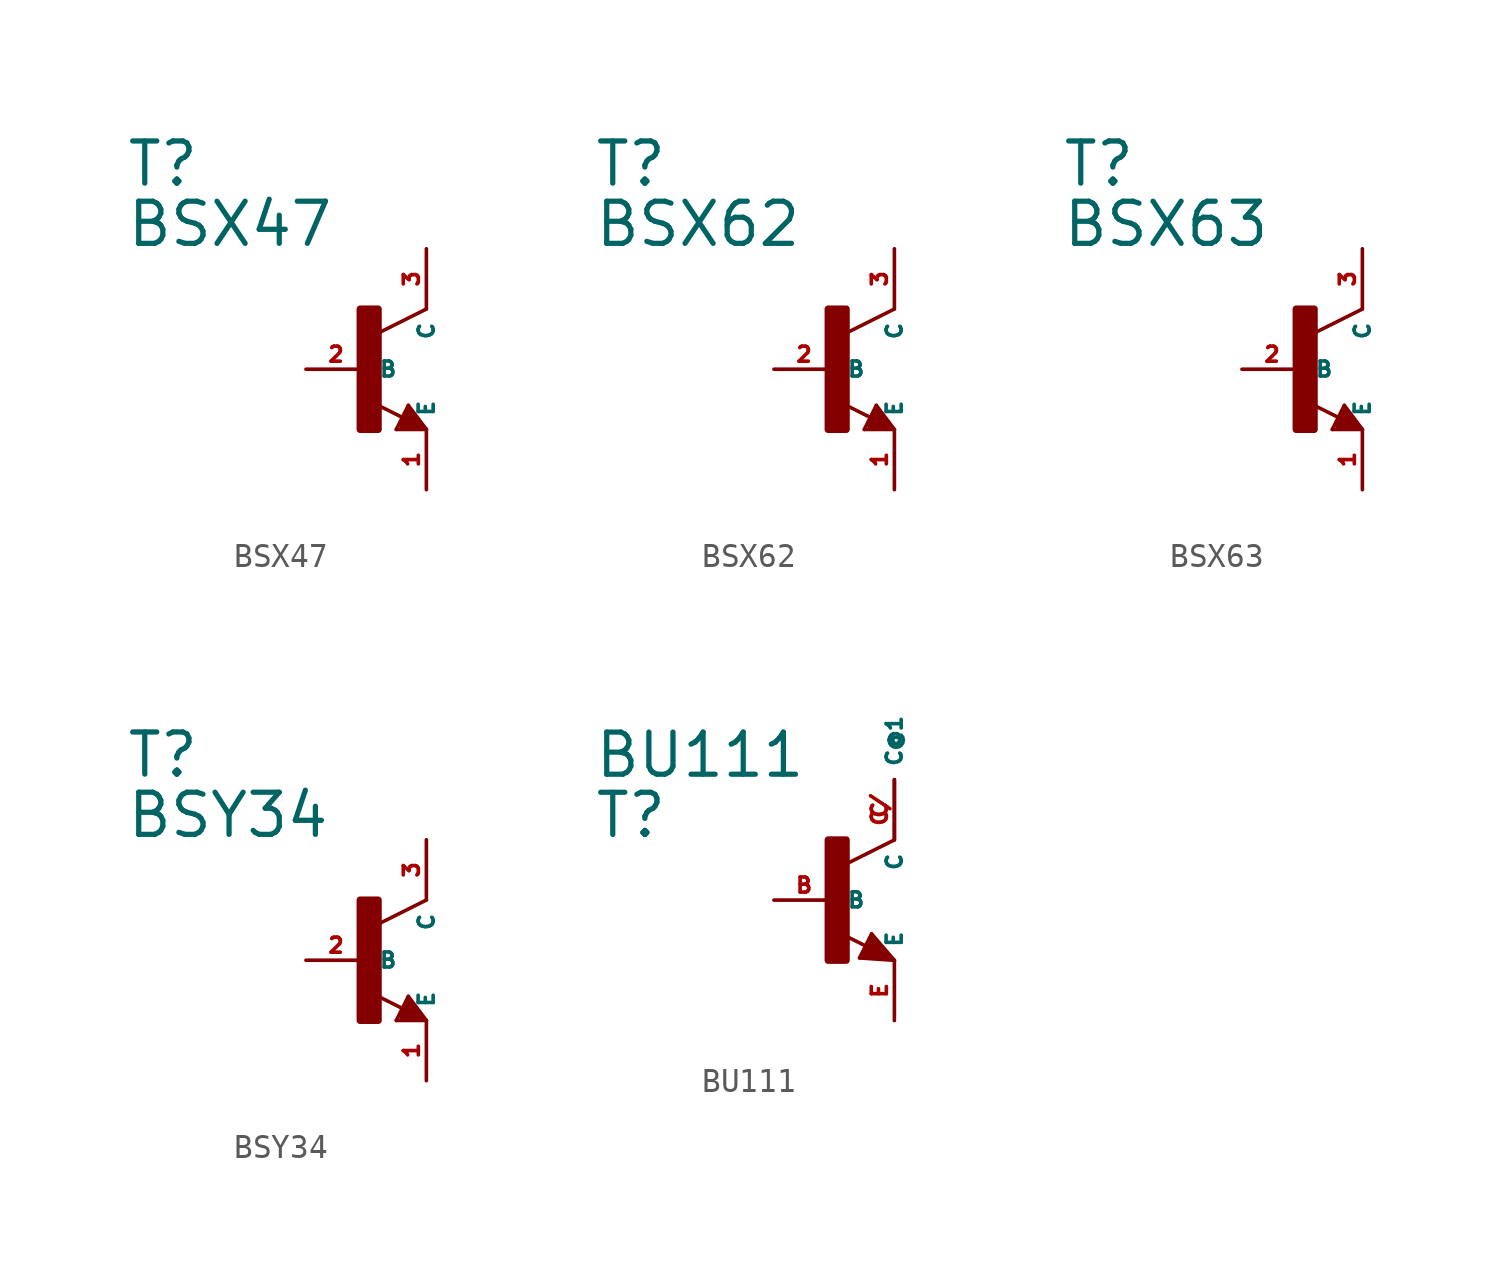
<source format=kicad_sym>
(kicad_symbol_lib
  (version 20220914)
  (generator Eagle2Kicad)
  (symbol "BSX47"
    (property "Reference" "T"
      (at -10.16 7.62 0)
      (effects (font (size 1.778 1.778) (thickness 0.22)) (justify left bottom)))
    (property "Value" "BSX47"
      (at -10.16 5.08 0)
      (effects (font (size 1.778 1.778) (thickness 0.22)) (justify left bottom)))
    (polyline
      (pts (xy 2.54 2.54) (xy 0.508 1.524))
      (stroke (width 0.152) (type default))
      (fill (type none)))
    (polyline
      (pts (xy 1.778 -1.524) (xy 2.54 -2.54))
      (stroke (width 0.152) (type default))
      (fill (type none)))
    (polyline
      (pts (xy 2.54 -2.54) (xy 1.27 -2.54))
      (stroke (width 0.152) (type default))
      (fill (type none)))
    (polyline
      (pts (xy 1.27 -2.54) (xy 1.778 -1.524))
      (stroke (width 0.152) (type default))
      (fill (type none)))
    (polyline
      (pts (xy 1.54 -2.04) (xy 0.308 -1.424))
      (stroke (width 0.152) (type default))
      (fill (type none)))
    (polyline
      (pts (xy 1.524 -2.413) (xy 2.286 -2.413))
      (stroke (width 0.254) (type default))
      (fill (type none)))
    (polyline
      (pts (xy 2.286 -2.413) (xy 1.778 -1.778))
      (stroke (width 0.254) (type default))
      (fill (type none)))
    (polyline
      (pts (xy 1.778 -1.778) (xy 1.524 -2.286))
      (stroke (width 0.254) (type default))
      (fill (type none)))
    (polyline
      (pts (xy 1.524 -2.286) (xy 1.905 -2.286))
      (stroke (width 0.254) (type default))
      (fill (type none)))
    (polyline
      (pts (xy 1.905 -2.286) (xy 1.778 -2.032))
      (stroke (width 0.254) (type default))
      (fill (type none)))
    (rectangle
      (start -0.254 -2.54)
      (end 0.508 2.54)
      (stroke (width 0.3) (type default))
      (fill (type outline)))
    (pin passive line
      (at -2.54 0 0)
      (length 2.54)
      (name "B" (effects (font (size 0.635 0.635) (thickness 0.08)) (justify left bottom)))
      (number "2" (effects (font (size 0.635 0.635) (thickness 0.08)) (justify left bottom))))
    (pin passive line
      (at 2.54 -5.08 90)
      (length 2.54)
      (name "E" (effects (font (size 0.635 0.635) (thickness 0.08)) (justify left bottom)))
      (number "1" (effects (font (size 0.635 0.635) (thickness 0.08)) (justify left bottom))))
    (pin passive line
      (at 2.54 5.08 270)
      (length 2.54)
      (name "C" (effects (font (size 0.635 0.635) (thickness 0.08)) (justify left bottom)))
      (number "3" (effects (font (size 0.635 0.635) (thickness 0.08)) (justify left bottom)))))
  (symbol "BSX62"
    (property "Reference" "T"
      (at -10.16 7.62 0)
      (effects (font (size 1.778 1.778) (thickness 0.22)) (justify left bottom)))
    (property "Value" "BSX62"
      (at -10.16 5.08 0)
      (effects (font (size 1.778 1.778) (thickness 0.22)) (justify left bottom)))
    (polyline
      (pts (xy 2.54 2.54) (xy 0.508 1.524))
      (stroke (width 0.152) (type default))
      (fill (type none)))
    (polyline
      (pts (xy 1.778 -1.524) (xy 2.54 -2.54))
      (stroke (width 0.152) (type default))
      (fill (type none)))
    (polyline
      (pts (xy 2.54 -2.54) (xy 1.27 -2.54))
      (stroke (width 0.152) (type default))
      (fill (type none)))
    (polyline
      (pts (xy 1.27 -2.54) (xy 1.778 -1.524))
      (stroke (width 0.152) (type default))
      (fill (type none)))
    (polyline
      (pts (xy 1.54 -2.04) (xy 0.308 -1.424))
      (stroke (width 0.152) (type default))
      (fill (type none)))
    (polyline
      (pts (xy 1.524 -2.413) (xy 2.286 -2.413))
      (stroke (width 0.254) (type default))
      (fill (type none)))
    (polyline
      (pts (xy 2.286 -2.413) (xy 1.778 -1.778))
      (stroke (width 0.254) (type default))
      (fill (type none)))
    (polyline
      (pts (xy 1.778 -1.778) (xy 1.524 -2.286))
      (stroke (width 0.254) (type default))
      (fill (type none)))
    (polyline
      (pts (xy 1.524 -2.286) (xy 1.905 -2.286))
      (stroke (width 0.254) (type default))
      (fill (type none)))
    (polyline
      (pts (xy 1.905 -2.286) (xy 1.778 -2.032))
      (stroke (width 0.254) (type default))
      (fill (type none)))
    (rectangle
      (start -0.254 -2.54)
      (end 0.508 2.54)
      (stroke (width 0.3) (type default))
      (fill (type outline)))
    (pin passive line
      (at -2.54 0 0)
      (length 2.54)
      (name "B" (effects (font (size 0.635 0.635) (thickness 0.08)) (justify left bottom)))
      (number "2" (effects (font (size 0.635 0.635) (thickness 0.08)) (justify left bottom))))
    (pin passive line
      (at 2.54 -5.08 90)
      (length 2.54)
      (name "E" (effects (font (size 0.635 0.635) (thickness 0.08)) (justify left bottom)))
      (number "1" (effects (font (size 0.635 0.635) (thickness 0.08)) (justify left bottom))))
    (pin passive line
      (at 2.54 5.08 270)
      (length 2.54)
      (name "C" (effects (font (size 0.635 0.635) (thickness 0.08)) (justify left bottom)))
      (number "3" (effects (font (size 0.635 0.635) (thickness 0.08)) (justify left bottom)))))
  (symbol "BSX63"
    (property "Reference" "T"
      (at -10.16 7.62 0)
      (effects (font (size 1.778 1.778) (thickness 0.22)) (justify left bottom)))
    (property "Value" "BSX63"
      (at -10.16 5.08 0)
      (effects (font (size 1.778 1.778) (thickness 0.22)) (justify left bottom)))
    (polyline
      (pts (xy 2.54 2.54) (xy 0.508 1.524))
      (stroke (width 0.152) (type default))
      (fill (type none)))
    (polyline
      (pts (xy 1.778 -1.524) (xy 2.54 -2.54))
      (stroke (width 0.152) (type default))
      (fill (type none)))
    (polyline
      (pts (xy 2.54 -2.54) (xy 1.27 -2.54))
      (stroke (width 0.152) (type default))
      (fill (type none)))
    (polyline
      (pts (xy 1.27 -2.54) (xy 1.778 -1.524))
      (stroke (width 0.152) (type default))
      (fill (type none)))
    (polyline
      (pts (xy 1.54 -2.04) (xy 0.308 -1.424))
      (stroke (width 0.152) (type default))
      (fill (type none)))
    (polyline
      (pts (xy 1.524 -2.413) (xy 2.286 -2.413))
      (stroke (width 0.254) (type default))
      (fill (type none)))
    (polyline
      (pts (xy 2.286 -2.413) (xy 1.778 -1.778))
      (stroke (width 0.254) (type default))
      (fill (type none)))
    (polyline
      (pts (xy 1.778 -1.778) (xy 1.524 -2.286))
      (stroke (width 0.254) (type default))
      (fill (type none)))
    (polyline
      (pts (xy 1.524 -2.286) (xy 1.905 -2.286))
      (stroke (width 0.254) (type default))
      (fill (type none)))
    (polyline
      (pts (xy 1.905 -2.286) (xy 1.778 -2.032))
      (stroke (width 0.254) (type default))
      (fill (type none)))
    (rectangle
      (start -0.254 -2.54)
      (end 0.508 2.54)
      (stroke (width 0.3) (type default))
      (fill (type outline)))
    (pin passive line
      (at -2.54 0 0)
      (length 2.54)
      (name "B" (effects (font (size 0.635 0.635) (thickness 0.08)) (justify left bottom)))
      (number "2" (effects (font (size 0.635 0.635) (thickness 0.08)) (justify left bottom))))
    (pin passive line
      (at 2.54 -5.08 90)
      (length 2.54)
      (name "E" (effects (font (size 0.635 0.635) (thickness 0.08)) (justify left bottom)))
      (number "1" (effects (font (size 0.635 0.635) (thickness 0.08)) (justify left bottom))))
    (pin passive line
      (at 2.54 5.08 270)
      (length 2.54)
      (name "C" (effects (font (size 0.635 0.635) (thickness 0.08)) (justify left bottom)))
      (number "3" (effects (font (size 0.635 0.635) (thickness 0.08)) (justify left bottom)))))
  (symbol "BSY34"
    (property "Reference" "T"
      (at -10.16 7.62 0)
      (effects (font (size 1.778 1.778) (thickness 0.22)) (justify left bottom)))
    (property "Value" "BSY34"
      (at -10.16 5.08 0)
      (effects (font (size 1.778 1.778) (thickness 0.22)) (justify left bottom)))
    (polyline
      (pts (xy 2.54 2.54) (xy 0.508 1.524))
      (stroke (width 0.152) (type default))
      (fill (type none)))
    (polyline
      (pts (xy 1.778 -1.524) (xy 2.54 -2.54))
      (stroke (width 0.152) (type default))
      (fill (type none)))
    (polyline
      (pts (xy 2.54 -2.54) (xy 1.27 -2.54))
      (stroke (width 0.152) (type default))
      (fill (type none)))
    (polyline
      (pts (xy 1.27 -2.54) (xy 1.778 -1.524))
      (stroke (width 0.152) (type default))
      (fill (type none)))
    (polyline
      (pts (xy 1.54 -2.04) (xy 0.308 -1.424))
      (stroke (width 0.152) (type default))
      (fill (type none)))
    (polyline
      (pts (xy 1.524 -2.413) (xy 2.286 -2.413))
      (stroke (width 0.254) (type default))
      (fill (type none)))
    (polyline
      (pts (xy 2.286 -2.413) (xy 1.778 -1.778))
      (stroke (width 0.254) (type default))
      (fill (type none)))
    (polyline
      (pts (xy 1.778 -1.778) (xy 1.524 -2.286))
      (stroke (width 0.254) (type default))
      (fill (type none)))
    (polyline
      (pts (xy 1.524 -2.286) (xy 1.905 -2.286))
      (stroke (width 0.254) (type default))
      (fill (type none)))
    (polyline
      (pts (xy 1.905 -2.286) (xy 1.778 -2.032))
      (stroke (width 0.254) (type default))
      (fill (type none)))
    (rectangle
      (start -0.254 -2.54)
      (end 0.508 2.54)
      (stroke (width 0.3) (type default))
      (fill (type outline)))
    (pin passive line
      (at -2.54 0 0)
      (length 2.54)
      (name "B" (effects (font (size 0.635 0.635) (thickness 0.08)) (justify left bottom)))
      (number "2" (effects (font (size 0.635 0.635) (thickness 0.08)) (justify left bottom))))
    (pin passive line
      (at 2.54 -5.08 90)
      (length 2.54)
      (name "E" (effects (font (size 0.635 0.635) (thickness 0.08)) (justify left bottom)))
      (number "1" (effects (font (size 0.635 0.635) (thickness 0.08)) (justify left bottom))))
    (pin passive line
      (at 2.54 5.08 270)
      (length 2.54)
      (name "C" (effects (font (size 0.635 0.635) (thickness 0.08)) (justify left bottom)))
      (number "3" (effects (font (size 0.635 0.635) (thickness 0.08)) (justify left bottom)))))
  (symbol "BU111"
    (property "Reference" "T"
      (at -10.16 2.54 0)
      (effects (font (size 1.778 1.778) (thickness 0.22)) (justify left bottom)))
    (property "Value" "BU111"
      (at -10.16 5.08 0)
      (effects (font (size 1.778 1.778) (thickness 0.22)) (justify left bottom)))
    (polyline
      (pts (xy 2.54 2.54) (xy 0.508 1.524))
      (stroke (width 0.152) (type default))
      (fill (type none)))
    (polyline
      (pts (xy 1.578 -1.424) (xy 2.54 -2.54))
      (stroke (width 0.152) (type default))
      (fill (type none)))
    (polyline
      (pts (xy 2.54 -2.54) (xy 1.07 -2.44))
      (stroke (width 0.152) (type default))
      (fill (type none)))
    (polyline
      (pts (xy 1.07 -2.44) (xy 1.578 -1.424))
      (stroke (width 0.152) (type default))
      (fill (type none)))
    (polyline
      (pts (xy 1.34 -1.94) (xy 0.108 -1.324))
      (stroke (width 0.152) (type default))
      (fill (type none)))
    (polyline
      (pts (xy 2.286 -2.413) (xy 1.651 -1.651))
      (stroke (width 0.254) (type default))
      (fill (type none)))
    (polyline
      (pts (xy 1.651 -1.651) (xy 1.27 -2.286))
      (stroke (width 0.254) (type default))
      (fill (type none)))
    (polyline
      (pts (xy 1.27 -2.286) (xy 2.159 -2.413))
      (stroke (width 0.254) (type default))
      (fill (type none)))
    (polyline
      (pts (xy 2.159 -2.413) (xy 1.651 -1.905))
      (stroke (width 0.254) (type default))
      (fill (type none)))
    (polyline
      (pts (xy 1.651 -1.905) (xy 1.524 -2.159))
      (stroke (width 0.254) (type default))
      (fill (type none)))
    (polyline
      (pts (xy 1.524 -2.159) (xy 1.778 -2.159))
      (stroke (width 0.254) (type default))
      (fill (type none)))
    (rectangle
      (start -0.254 -2.54)
      (end 0.508 2.54)
      (stroke (width 0.3) (type default))
      (fill (type outline)))
    (pin passive line
      (at -2.54 0 0)
      (length 2.54)
      (name "B" (effects (font (size 0.635 0.635) (thickness 0.08)) (justify left bottom)))
      (number "B" (effects (font (size 0.635 0.635) (thickness 0.08)) (justify left bottom))))
    (pin passive line
      (at 2.54 -5.08 90)
      (length 2.54)
      (name "E" (effects (font (size 0.635 0.635) (thickness 0.08)) (justify left bottom)))
      (number "E" (effects (font (size 0.635 0.635) (thickness 0.08)) (justify left bottom))))
    (pin passive line
      (at 2.54 5.08 270)
      (length 2.54)
      (name "C" (effects (font (size 0.635 0.635) (thickness 0.08)) (justify left bottom)))
      (number "C" (effects (font (size 0.635 0.635) (thickness 0.08)) (justify left bottom))))
    (pin passive line
      (at 2.54 2.54 90)
      (length 2.54)
      (name "C@1" (effects (font (size 0.635 0.635) (thickness 0.08)) (justify left bottom)))
      (number "C/" (effects (font (size 0.635 0.635) (thickness 0.08)) (justify left bottom))))))
</source>
